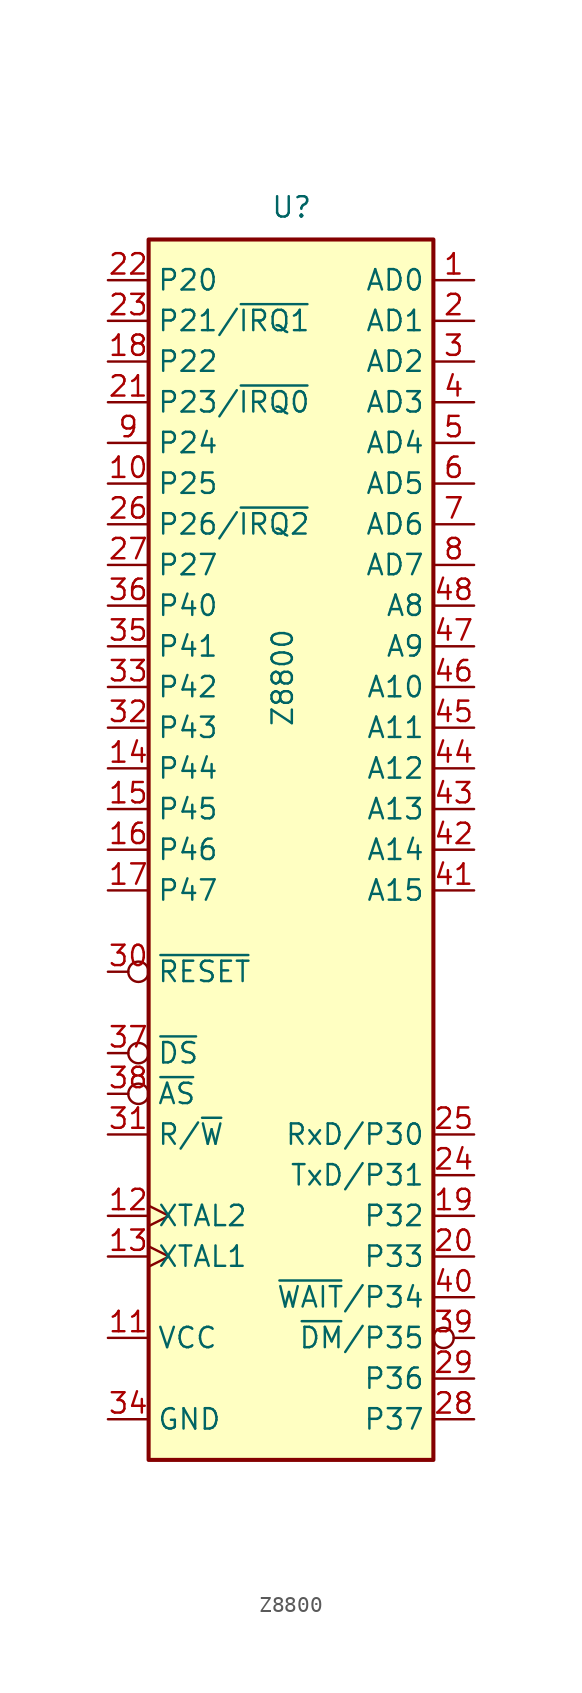
<source format=kicad_sym>
(kicad_symbol_lib
  (version 20211014)
  (generator kicad_symbol_editor)
  (symbol "Z8800"
    (property "Reference" "U"
      (at -1.27 39.37 0)
      (effects (font (size 1.27 1.27)) (justify left bottom)))
    (property "Value" "Z8800"
      (at -1.27 7.62 90)
      (effects (font (size 1.27 1.27)) (justify left top)))
    (symbol "Z8800_0_0"
      (pin bidirectional line (at -11.43 5.08 0) (length 2.54) (name "P44" (effects (font (size 1.27 1.27)))) (number "14" (effects (font (size 1.27 1.27)))))
      (pin bidirectional line (at -11.43 2.54 0) (length 2.54) (name "P45" (effects (font (size 1.27 1.27)))) (number "15" (effects (font (size 1.27 1.27)))))
      (pin bidirectional line (at -11.43 0 0) (length 2.54) (name "P46" (effects (font (size 1.27 1.27)))) (number "16" (effects (font (size 1.27 1.27)))))
      (pin bidirectional line (at -11.43 -2.54 0) (length 2.54) (name "P47" (effects (font (size 1.27 1.27)))) (number "17" (effects (font (size 1.27 1.27)))))
      (pin bidirectional line (at 11.43 -35.56 180) (length 2.54) (name "P37" (effects (font (size 1.27 1.27)))) (number "28" (effects (font (size 1.27 1.27)))))
      (pin bidirectional line (at 11.43 -33.02 180) (length 2.54) (name "P36" (effects (font (size 1.27 1.27)))) (number "29" (effects (font (size 1.27 1.27)))))
      (pin bidirectional line (at -11.43 7.62 0) (length 2.54) (name "P43" (effects (font (size 1.27 1.27)))) (number "32" (effects (font (size 1.27 1.27)))))
      (pin bidirectional line (at -11.43 10.16 0) (length 2.54) (name "P42" (effects (font (size 1.27 1.27)))) (number "33" (effects (font (size 1.27 1.27)))))
      (pin bidirectional line (at -11.43 15.24 0) (length 2.54) (name "P40" (effects (font (size 1.27 1.27)))) (number "36" (effects (font (size 1.27 1.27))))))
    (symbol "Z8800_0_1"
      (rectangle (start -8.89 -38.1) (end 8.89 38.1) (stroke (width 0.254) (type default) (color 0 0 0 0)) (fill (type background))))
    (symbol "Z8800_1_1"
      (pin bidirectional line (at 11.43 35.56 180) (length 2.54) (name "AD0" (effects (font (size 1.27 1.27)))) (number "1" (effects (font (size 1.27 1.27)))))
      (pin bidirectional line (at -11.43 22.86 0) (length 2.54) (name "P25" (effects (font (size 1.27 1.27)))) (number "10" (effects (font (size 1.27 1.27)))))
      (pin power_in line (at -11.43 -30.48 0) (length 2.54) (name "VCC" (effects (font (size 1.27 1.27)))) (number "11" (effects (font (size 1.27 1.27)))))
      (pin output clock (at -11.43 -22.86 0) (length 2.54) (name "XTAL2" (effects (font (size 1.27 1.27)))) (number "12" (effects (font (size 1.27 1.27)))))
      (pin input clock (at -11.43 -25.4 0) (length 2.54) (name "XTAL1" (effects (font (size 1.27 1.27)))) (number "13" (effects (font (size 1.27 1.27)))))
      (pin bidirectional line (at -11.43 30.48 0) (length 2.54) (name "P22" (effects (font (size 1.27 1.27)))) (number "18" (effects (font (size 1.27 1.27)))))
      (pin bidirectional line (at 11.43 -22.86 180) (length 2.54) (name "P32" (effects (font (size 1.27 1.27)))) (number "19" (effects (font (size 1.27 1.27)))))
      (pin bidirectional line (at 11.43 33.02 180) (length 2.54) (name "AD1" (effects (font (size 1.27 1.27)))) (number "2" (effects (font (size 1.27 1.27)))))
      (pin bidirectional line (at 11.43 -25.4 180) (length 2.54) (name "P33" (effects (font (size 1.27 1.27)))) (number "20" (effects (font (size 1.27 1.27)))))
      (pin bidirectional line (at -11.43 27.94 0) (length 2.54) (name "P23/~{IRQ0}" (effects (font (size 1.27 1.27)))) (number "21" (effects (font (size 1.27 1.27)))))
      (pin bidirectional line (at -11.43 35.56 0) (length 2.54) (name "P20" (effects (font (size 1.27 1.27)))) (number "22" (effects (font (size 1.27 1.27)))))
      (pin bidirectional line (at -11.43 33.02 0) (length 2.54) (name "P21/~{IRQ1}" (effects (font (size 1.27 1.27)))) (number "23" (effects (font (size 1.27 1.27)))))
      (pin output line (at 11.43 -20.32 180) (length 2.54) (name "TxD/P31" (effects (font (size 1.27 1.27)))) (number "24" (effects (font (size 1.27 1.27)))))
      (pin input line (at 11.43 -17.78 180) (length 2.54) (name "RxD/P30" (effects (font (size 1.27 1.27)))) (number "25" (effects (font (size 1.27 1.27)))))
      (pin bidirectional line (at -11.43 20.32 0) (length 2.54) (name "P26/~{IRQ2}" (effects (font (size 1.27 1.27)))) (number "26" (effects (font (size 1.27 1.27)))))
      (pin bidirectional line (at -11.43 17.78 0) (length 2.54) (name "P27" (effects (font (size 1.27 1.27)))) (number "27" (effects (font (size 1.27 1.27)))))
      (pin bidirectional line (at 11.43 30.48 180) (length 2.54) (name "AD2" (effects (font (size 1.27 1.27)))) (number "3" (effects (font (size 1.27 1.27)))))
      (pin input inverted (at -11.43 -7.62 0) (length 2.54) (name "~{RESET}" (effects (font (size 1.27 1.27)))) (number "30" (effects (font (size 1.27 1.27)))))
      (pin output line (at -11.43 -17.78 0) (length 2.54) (name "R/~{W}" (effects (font (size 1.27 1.27)))) (number "31" (effects (font (size 1.27 1.27)))))
      (pin power_in line (at -11.43 -35.56 0) (length 2.54) (name "GND" (effects (font (size 1.27 1.27)))) (number "34" (effects (font (size 1.27 1.27)))))
      (pin bidirectional line (at -11.43 12.7 0) (length 2.54) (name "P41" (effects (font (size 1.27 1.27)))) (number "35" (effects (font (size 1.27 1.27)))))
      (pin output inverted (at -11.43 -12.7 0) (length 2.54) (name "~{DS}" (effects (font (size 1.27 1.27)))) (number "37" (effects (font (size 1.27 1.27)))))
      (pin output inverted (at -11.43 -15.24 0) (length 2.54) (name "~{AS}" (effects (font (size 1.27 1.27)))) (number "38" (effects (font (size 1.27 1.27)))))
      (pin output inverted (at 11.43 -30.48 180) (length 2.54) (name "~{DM}/P35" (effects (font (size 1.27 1.27)))) (number "39" (effects (font (size 1.27 1.27)))))
      (pin bidirectional line (at 11.43 27.94 180) (length 2.54) (name "AD3" (effects (font (size 1.27 1.27)))) (number "4" (effects (font (size 1.27 1.27)))))
      (pin input line (at 11.43 -27.94 180) (length 2.54) (name "~{WAIT}/P34" (effects (font (size 1.27 1.27)))) (number "40" (effects (font (size 1.27 1.27)))))
      (pin output line (at 11.43 -2.54 180) (length 2.54) (name "A15" (effects (font (size 1.27 1.27)))) (number "41" (effects (font (size 1.27 1.27)))))
      (pin output line (at 11.43 0 180) (length 2.54) (name "A14" (effects (font (size 1.27 1.27)))) (number "42" (effects (font (size 1.27 1.27)))))
      (pin output line (at 11.43 2.54 180) (length 2.54) (name "A13" (effects (font (size 1.27 1.27)))) (number "43" (effects (font (size 1.27 1.27)))))
      (pin output line (at 11.43 5.08 180) (length 2.54) (name "A12" (effects (font (size 1.27 1.27)))) (number "44" (effects (font (size 1.27 1.27)))))
      (pin output line (at 11.43 7.62 180) (length 2.54) (name "A11" (effects (font (size 1.27 1.27)))) (number "45" (effects (font (size 1.27 1.27)))))
      (pin output line (at 11.43 10.16 180) (length 2.54) (name "A10" (effects (font (size 1.27 1.27)))) (number "46" (effects (font (size 1.27 1.27)))))
      (pin output line (at 11.43 12.7 180) (length 2.54) (name "A9" (effects (font (size 1.27 1.27)))) (number "47" (effects (font (size 1.27 1.27)))))
      (pin output line (at 11.43 15.24 180) (length 2.54) (name "A8" (effects (font (size 1.27 1.27)))) (number "48" (effects (font (size 1.27 1.27)))))
      (pin bidirectional line (at 11.43 25.4 180) (length 2.54) (name "AD4" (effects (font (size 1.27 1.27)))) (number "5" (effects (font (size 1.27 1.27)))))
      (pin bidirectional line (at 11.43 22.86 180) (length 2.54) (name "AD5" (effects (font (size 1.27 1.27)))) (number "6" (effects (font (size 1.27 1.27)))))
      (pin bidirectional line (at 11.43 20.32 180) (length 2.54) (name "AD6" (effects (font (size 1.27 1.27)))) (number "7" (effects (font (size 1.27 1.27)))))
      (pin bidirectional line (at 11.43 17.78 180) (length 2.54) (name "AD7" (effects (font (size 1.27 1.27)))) (number "8" (effects (font (size 1.27 1.27)))))
      (pin bidirectional line (at -11.43 25.4 0) (length 2.54) (name "P24" (effects (font (size 1.27 1.27)))) (number "9" (effects (font (size 1.27 1.27))))))))
</source>
